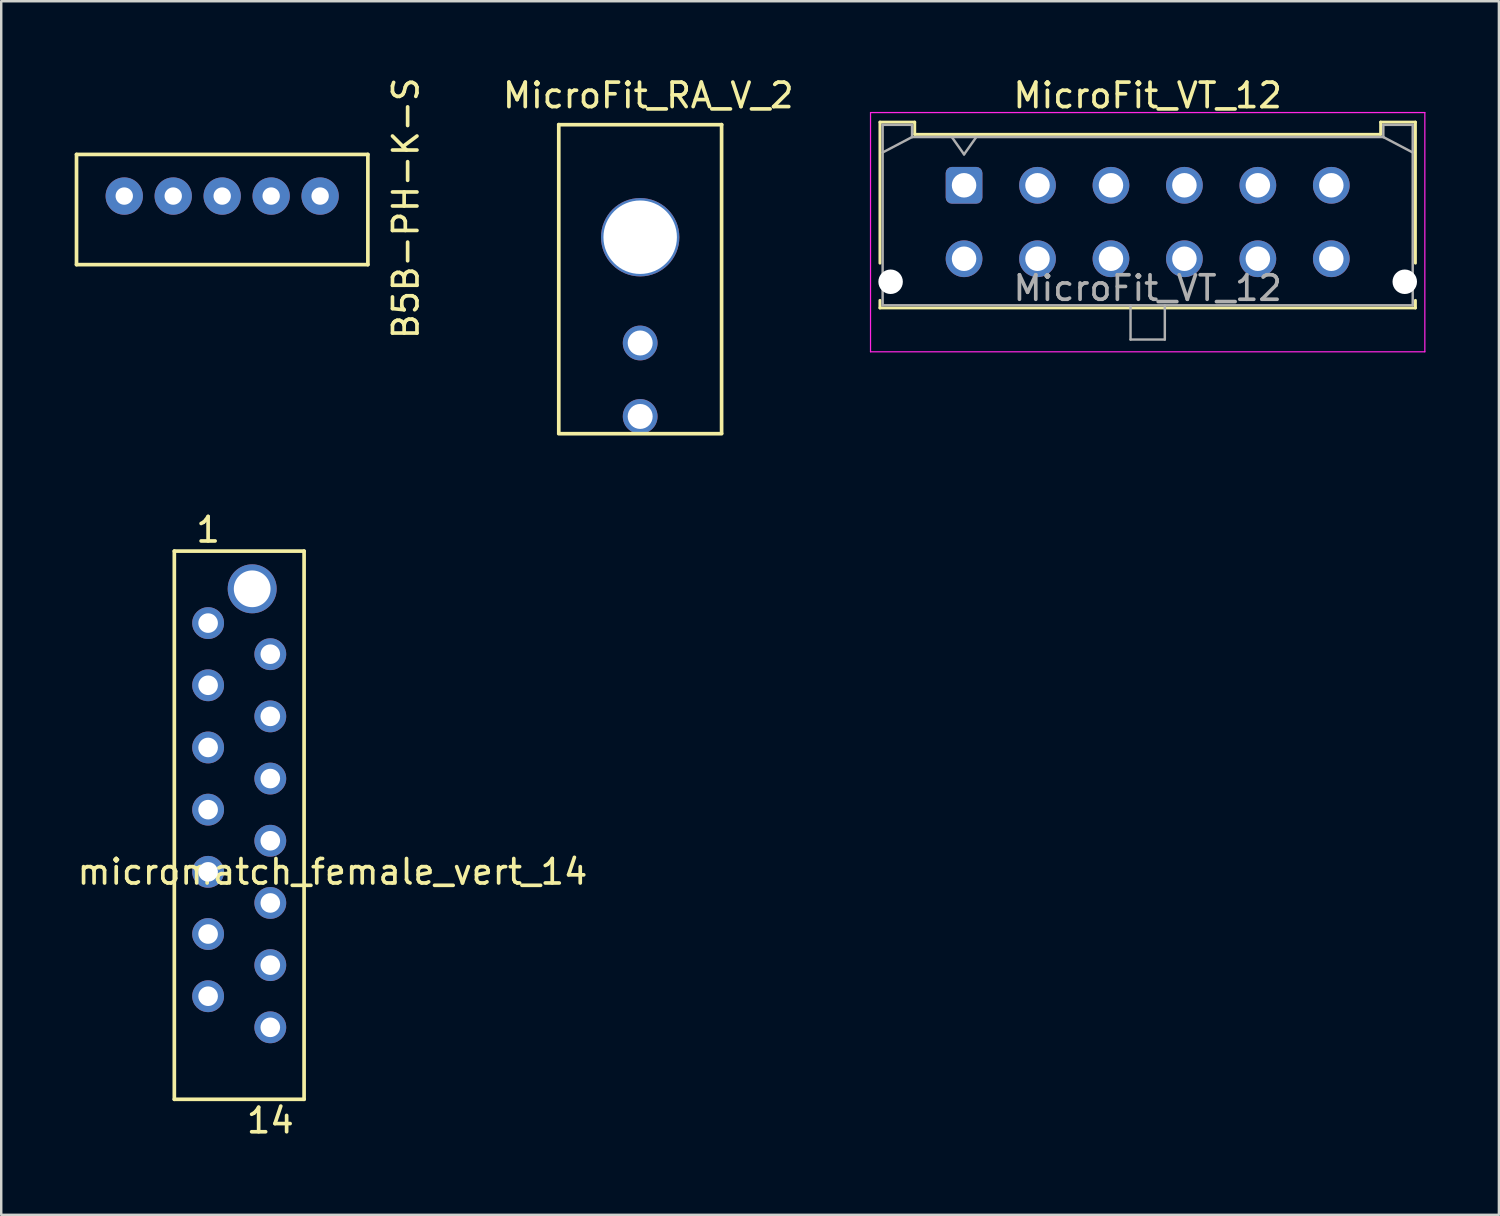
<source format=kicad_pcb>
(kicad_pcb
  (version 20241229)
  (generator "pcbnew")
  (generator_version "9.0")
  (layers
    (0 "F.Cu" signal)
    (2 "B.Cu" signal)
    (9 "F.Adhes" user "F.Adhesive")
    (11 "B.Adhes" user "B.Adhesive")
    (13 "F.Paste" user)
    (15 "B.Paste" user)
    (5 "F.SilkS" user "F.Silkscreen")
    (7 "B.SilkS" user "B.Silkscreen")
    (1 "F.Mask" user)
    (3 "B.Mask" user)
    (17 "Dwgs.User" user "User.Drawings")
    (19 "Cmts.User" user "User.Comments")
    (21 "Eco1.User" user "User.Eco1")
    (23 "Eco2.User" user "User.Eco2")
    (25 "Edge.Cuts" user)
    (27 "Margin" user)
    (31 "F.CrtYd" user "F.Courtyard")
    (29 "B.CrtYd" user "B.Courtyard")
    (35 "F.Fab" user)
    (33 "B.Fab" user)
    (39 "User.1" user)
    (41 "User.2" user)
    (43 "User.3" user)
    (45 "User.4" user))
  (footprint "MicroFit_RA_V_2"
    (layer "F.Cu")
    (at 23.097 6.639)
    (property "Reference" "MicroFit_RA_V_2" (at 0.33 -5.791 0) (layer "F.SilkS") (effects (font (size 1 1) (thickness 0.15))))
    (attr through_hole)
    (fp_line (start -3.327 -4.597) (end 3.327 -4.597) (stroke (width 0.15) (type solid)) (layer "F.SilkS"))
    (fp_line (start -3.327 8.026) (end 3.327 8.026) (stroke (width 0.15) (type solid)) (layer "F.SilkS"))
    (fp_line (start -3.325 -4.6) (end -3.325 8) (stroke (width 0.15) (type solid)) (layer "F.SilkS"))
    (fp_line (start 3.325 8) (end 3.325 -4.6) (stroke (width 0.15) (type solid)) (layer "F.SilkS"))
    (pad "" thru_hole circle (at 0 0) (size 3.2 3.2) (drill 3) (layers "*.Cu" "*.Mask"))
    (pad "1" thru_hole circle (at 0 4.32) (size 1.42 1.42) (drill 1.02) (layers "*.Cu" "*.Mask"))
    (pad "2" thru_hole circle (at 0 7.32) (size 1.42 1.42) (drill 1.02) (layers "*.Cu" "*.Mask")))
  (footprint "B5B-PH-K-S"
    (layer "F.Cu")
    (at 6.025 4.958)
    (property "Reference" "B5B-PH-K-S" (at 7.5 0.5 90) (layer "F.SilkS") (effects (font (size 1 1) (thickness 0.15))))
    (attr through_hole)
    (fp_line (start -5.95 -1.7) (end -5.95 2.8) (stroke (width 0.15) (type solid)) (layer "F.SilkS"))
    (fp_line (start -5.95 2.8) (end 5.95 2.8) (stroke (width 0.15) (type solid)) (layer "F.SilkS"))
    (fp_line (start 5.95 -1.7) (end -5.95 -1.7) (stroke (width 0.15) (type solid)) (layer "F.SilkS"))
    (fp_line (start 5.95 -1.7) (end 5.95 2.8) (stroke (width 0.15) (type solid)) (layer "F.SilkS"))
    (pad "1" thru_hole circle (at -4 0) (size 1.524 1.524) (drill 0.71) (layers "*.Cu" "*.Mask"))
    (pad "2" thru_hole circle (at -2 0) (size 1.524 1.524) (drill 0.71) (layers "*.Cu" "*.Mask"))
    (pad "3" thru_hole circle (at 0 0) (size 1.524 1.524) (drill 0.71) (layers "*.Cu" "*.Mask"))
    (pad "4" thru_hole circle (at 2 0) (size 1.524 1.524) (drill 0.71) (layers "*.Cu" "*.Mask"))
    (pad "5" thru_hole circle (at 4 0) (size 1.524 1.524) (drill 0.71) (layers "*.Cu" "*.Mask")))
  (footprint "MicroFit_VT_12"
    (layer "F.Cu")
    (at 36.325 4.518)
    (property "Reference" "MicroFit_VT_12" (at 7.5 -3.67 0) (layer "F.SilkS") (effects (font (size 1 1) (thickness 0.15))))
    (attr through_hole)
    (fp_line (start -3.435 -2.58) (end -2.015 -2.58) (stroke (width 0.12) (type solid)) (layer "F.SilkS"))
    (fp_line (start -3.435 3.18) (end -3.435 -2.58) (stroke (width 0.12) (type solid)) (layer "F.SilkS"))
    (fp_line (start -3.435 4.7) (end -3.435 5.01) (stroke (width 0.12) (type solid)) (layer "F.SilkS"))
    (fp_line (start -3.435 5.01) (end 18.435 5.01) (stroke (width 0.12) (type solid)) (layer "F.SilkS"))
    (fp_line (start -2.015 -2.58) (end -2.015 -2.08) (stroke (width 0.12) (type solid)) (layer "F.SilkS"))
    (fp_line (start -2.015 -2.08) (end 17.015 -2.08) (stroke (width 0.12) (type solid)) (layer "F.SilkS"))
    (fp_line (start 17.015 -2.58) (end 18.435 -2.58) (stroke (width 0.12) (type solid)) (layer "F.SilkS"))
    (fp_line (start 17.015 -2.08) (end 17.015 -2.58) (stroke (width 0.12) (type solid)) (layer "F.SilkS"))
    (fp_line (start 18.435 -2.58) (end 18.435 3.18) (stroke (width 0.12) (type solid)) (layer "F.SilkS"))
    (fp_line (start 18.435 5.01) (end 18.435 4.7) (stroke (width 0.12) (type solid)) (layer "F.SilkS"))
    (fp_line (start -3.82 -2.97) (end 18.82 -2.97) (stroke (width 0.05) (type solid)) (layer "F.CrtYd"))
    (fp_line (start -3.82 6.8) (end -3.82 -2.97) (stroke (width 0.05) (type solid)) (layer "F.CrtYd"))
    (fp_line (start 18.82 -2.97) (end 18.82 6.8) (stroke (width 0.05) (type solid)) (layer "F.CrtYd"))
    (fp_line (start 18.82 6.8) (end -3.82 6.8) (stroke (width 0.05) (type solid)) (layer "F.CrtYd"))
    (fp_line (start -3.325 -2.47) (end -3.325 4.9) (stroke (width 0.1) (type solid)) (layer "F.Fab"))
    (fp_line (start -3.325 -1.34) (end -2.125 -1.97) (stroke (width 0.1) (type solid)) (layer "F.Fab"))
    (fp_line (start -3.325 4.9) (end 18.325 4.9) (stroke (width 0.1) (type solid)) (layer "F.Fab"))
    (fp_line (start -2.125 -2.47) (end -3.325 -2.47) (stroke (width 0.1) (type solid)) (layer "F.Fab"))
    (fp_line (start -2.125 -1.97) (end -2.125 -2.47) (stroke (width 0.1) (type solid)) (layer "F.Fab"))
    (fp_line (start -0.5 -1.97) (end 0 -1.263) (stroke (width 0.1) (type solid)) (layer "F.Fab"))
    (fp_line (start 0 -1.263) (end 0.5 -1.97) (stroke (width 0.1) (type solid)) (layer "F.Fab"))
    (fp_line (start 6.8 4.9) (end 6.8 6.3) (stroke (width 0.1) (type solid)) (layer "F.Fab"))
    (fp_line (start 6.8 6.3) (end 8.2 6.3) (stroke (width 0.1) (type solid)) (layer "F.Fab"))
    (fp_line (start 8.2 6.3) (end 8.2 4.9) (stroke (width 0.1) (type solid)) (layer "F.Fab"))
    (fp_line (start 17.125 -2.47) (end 17.125 -1.97) (stroke (width 0.1) (type solid)) (layer "F.Fab"))
    (fp_line (start 17.125 -1.97) (end -2.125 -1.97) (stroke (width 0.1) (type solid)) (layer "F.Fab"))
    (fp_line (start 18.325 -2.47) (end 17.125 -2.47) (stroke (width 0.1) (type solid)) (layer "F.Fab"))
    (fp_line (start 18.325 -1.34) (end 17.125 -1.97) (stroke (width 0.1) (type solid)) (layer "F.Fab"))
    (fp_line (start 18.325 4.9) (end 18.325 -2.47) (stroke (width 0.1) (type solid)) (layer "F.Fab"))
    (fp_text user "${REFERENCE}" (at 7.5 4.2 0) (layer "F.Fab") (effects (font (size 1 1) (thickness 0.15))))
    (pad "" np_thru_hole circle (at -3 3.94) (size 1 1) (drill 1) (layers "*.Cu" "*.Mask"))
    (pad "" np_thru_hole circle (at 18 3.94) (size 1 1) (drill 1) (layers "*.Cu" "*.Mask"))
    (pad "1" thru_hole roundrect (at 0 0) (size 1.5 1.5) (drill 1) (layers "*.Cu" "*.Mask") (roundrect_rratio 0.167))
    (pad "2" thru_hole circle (at 3 0) (size 1.5 1.5) (drill 1) (layers "*.Cu" "*.Mask"))
    (pad "3" thru_hole circle (at 6 0) (size 1.5 1.5) (drill 1) (layers "*.Cu" "*.Mask"))
    (pad "4" thru_hole circle (at 9 0) (size 1.5 1.5) (drill 1) (layers "*.Cu" "*.Mask"))
    (pad "5" thru_hole circle (at 12 0) (size 1.5 1.5) (drill 1) (layers "*.Cu" "*.Mask"))
    (pad "6" thru_hole circle (at 15 0) (size 1.5 1.5) (drill 1) (layers "*.Cu" "*.Mask"))
    (pad "7" thru_hole circle (at 0 3) (size 1.5 1.5) (drill 1) (layers "*.Cu" "*.Mask"))
    (pad "8" thru_hole circle (at 3 3) (size 1.5 1.5) (drill 1) (layers "*.Cu" "*.Mask"))
    (pad "9" thru_hole circle (at 6 3) (size 1.5 1.5) (drill 1) (layers "*.Cu" "*.Mask"))
    (pad "10" thru_hole circle (at 9 3) (size 1.5 1.5) (drill 1) (layers "*.Cu" "*.Mask"))
    (pad "11" thru_hole circle (at 12 3) (size 1.5 1.5) (drill 1) (layers "*.Cu" "*.Mask"))
    (pad "12" thru_hole circle (at 15 3) (size 1.5 1.5) (drill 1) (layers "*.Cu" "*.Mask")))
  (footprint "micromatch_female_vert_14"
    (layer "F.Cu")
    (at 5.45 27.479)
    (property "Reference" "micromatch_female_vert_14" (at 5.08 5.08 0) (layer "F.SilkS") (effects (font (size 1 1) (thickness 0.15))))
    (attr through_hole)
    (fp_line (start -1.38 -8.02) (end 3.92 -8.02) (stroke (width 0.15) (type solid)) (layer "F.SilkS"))
    (fp_line (start -1.38 14.37) (end -1.38 -8.02) (stroke (width 0.15) (type solid)) (layer "F.SilkS"))
    (fp_line (start -1.38 14.37) (end 3.92 14.37) (stroke (width 0.15) (type solid)) (layer "F.SilkS"))
    (fp_line (start 3.92 14.37) (end 3.92 -8.02) (stroke (width 0.15) (type solid)) (layer "F.SilkS"))
    (fp_text user "1" (at 0 -8.89 0) (layer "F.SilkS") (effects (font (size 1 1) (thickness 0.15))))
    (fp_text user "14" (at 2.54 15.24 0) (layer "F.SilkS") (effects (font (size 1 1) (thickness 0.15))))
    (pad "1" thru_hole circle (at 0 -5.08) (size 1.3 1.3) (drill 0.8) (layers "*.Cu" "*.Mask"))
    (pad "2" thru_hole circle (at 2.54 -3.81) (size 1.3 1.3) (drill 0.8) (layers "*.Cu" "*.Mask"))
    (pad "3" thru_hole circle (at 0 -2.54) (size 1.3 1.3) (drill 0.8) (layers "*.Cu" "*.Mask"))
    (pad "4" thru_hole circle (at 2.54 -1.27) (size 1.3 1.3) (drill 0.8) (layers "*.Cu" "*.Mask"))
    (pad "5" thru_hole circle (at 0 0) (size 1.3 1.3) (drill 0.8) (layers "*.Cu" "*.Mask"))
    (pad "6" thru_hole circle (at 2.54 1.27) (size 1.3 1.3) (drill 0.8) (layers "*.Cu" "*.Mask"))
    (pad "7" thru_hole circle (at 0 2.54) (size 1.3 1.3) (drill 0.8) (layers "*.Cu" "*.Mask"))
    (pad "8" thru_hole circle (at 2.54 3.81) (size 1.3 1.3) (drill 0.8) (layers "*.Cu" "*.Mask"))
    (pad "9" thru_hole circle (at 0 5.08) (size 1.3 1.3) (drill 0.8) (layers "*.Cu" "*.Mask"))
    (pad "10" thru_hole circle (at 2.54 6.35) (size 1.3 1.3) (drill 0.8) (layers "*.Cu" "*.Mask"))
    (pad "11" thru_hole circle (at 0 7.62) (size 1.3 1.3) (drill 0.8) (layers "*.Cu" "*.Mask"))
    (pad "12" thru_hole circle (at 2.54 8.89) (size 1.3 1.3) (drill 0.8) (layers "*.Cu" "*.Mask"))
    (pad "13" thru_hole circle (at 0 10.16) (size 1.3 1.3) (drill 0.8) (layers "*.Cu" "*.Mask"))
    (pad "14" thru_hole circle (at 2.54 11.43) (size 1.3 1.3) (drill 0.8) (layers "*.Cu" "*.Mask"))
    (pad "15" thru_hole circle (at 1.8 -6.48) (size 2 2) (drill 1.5) (layers "*.Cu" "*.Mask")))
  (gr_rect
    (start -3 -3)
    (end 58.17 46.567)
    (stroke (width 0.1) (type default))
    (fill no)
    (layer "Edge.Cuts")))
</source>
